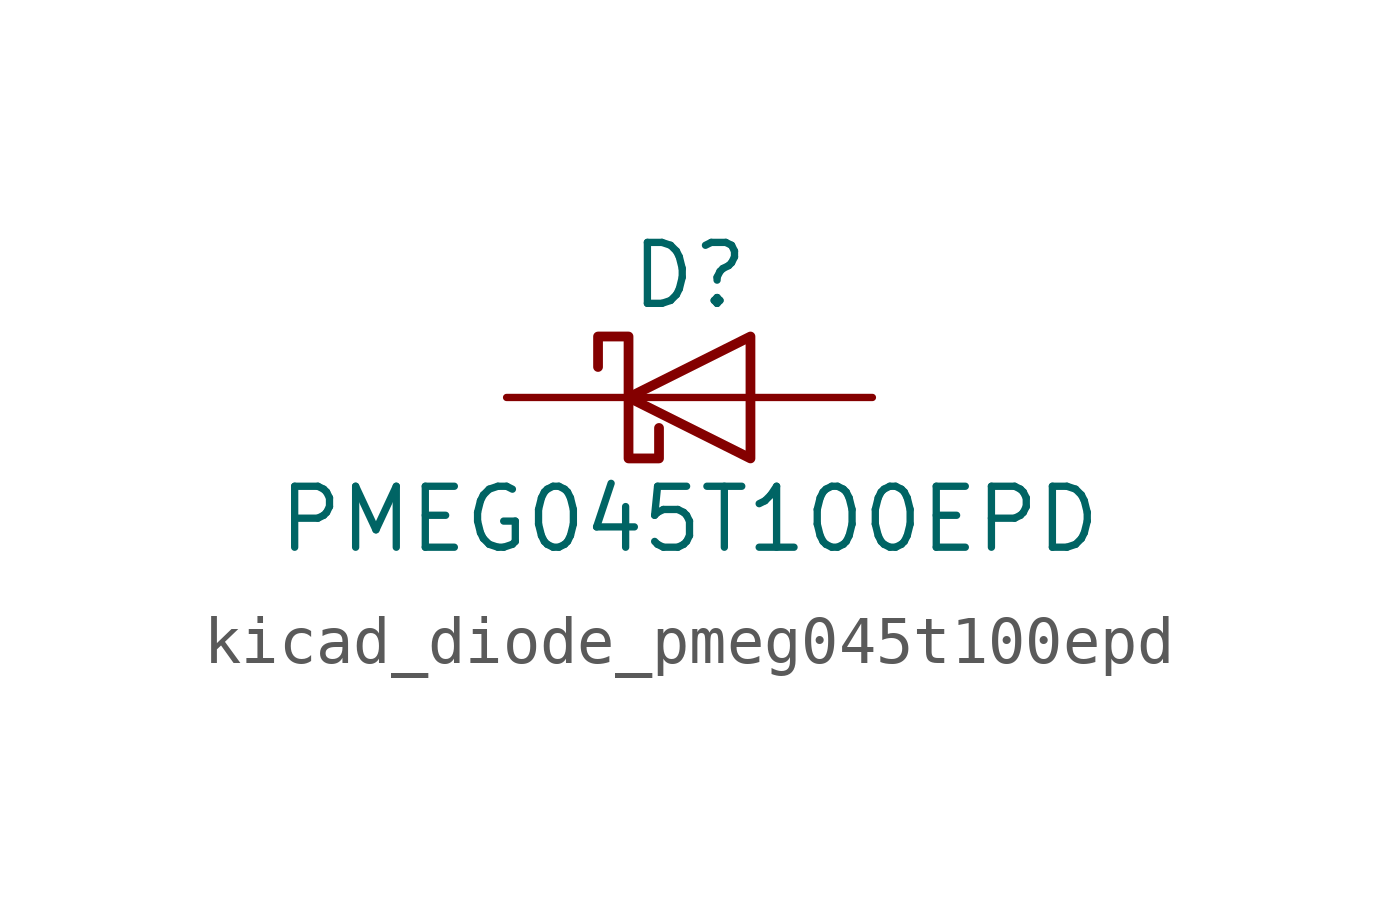
<source format=kicad_sym>
(kicad_symbol_lib
  (version 20220914)
  (generator kicad_symbol_editor)
  (symbol "kicad_diode_pmeg045t100epd"
    (pin_numbers hide)
    (pin_names hide)
    (property "Reference" "D"
      (at 0 2.54 0)
      (effects (font (size 1.27 1.27))))
    (property "Value" "PMEG045T100EPD"
      (at 0 -2.54 0)
      (effects (font (size 1.27 1.27))))
    (symbol "kicad_diode_pmeg045t100epd_0_1"
      (polyline (pts (xy 1.27 0) (xy -1.27 0)) (stroke (width 0) (type default)) (fill (type none)))
      (polyline (pts (xy 1.27 1.27) (xy 1.27 -1.27) (xy -1.27 0) (xy 1.27 1.27)) (stroke (width 0.203) (type default)) (fill (type none)))
      (polyline (pts (xy -1.905 0.635) (xy -1.905 1.27) (xy -1.27 1.27) (xy -1.27 -1.27) (xy -0.635 -1.27) (xy -0.635 -0.635)) (stroke (width 0.203) (type default)) (fill (type none))))
    (symbol "kicad_diode_pmeg045t100epd_1_1"
      (pin passive line (at 3.81 0 180) (length 2.54) (name "A" (effects (font (size 1.27 1.27)))) (number "1" (effects (font (size 1.27 1.27)))))
      (pin passive line (at 3.81 0 180) (length 2.54) hide (name "A" (effects (font (size 1.27 1.27)))) (number "2" (effects (font (size 1.27 1.27)))))
      (pin passive line (at -3.81 0 0) (length 2.54) (name "K" (effects (font (size 1.27 1.27)))) (number "3" (effects (font (size 1.27 1.27))))))))
</source>
